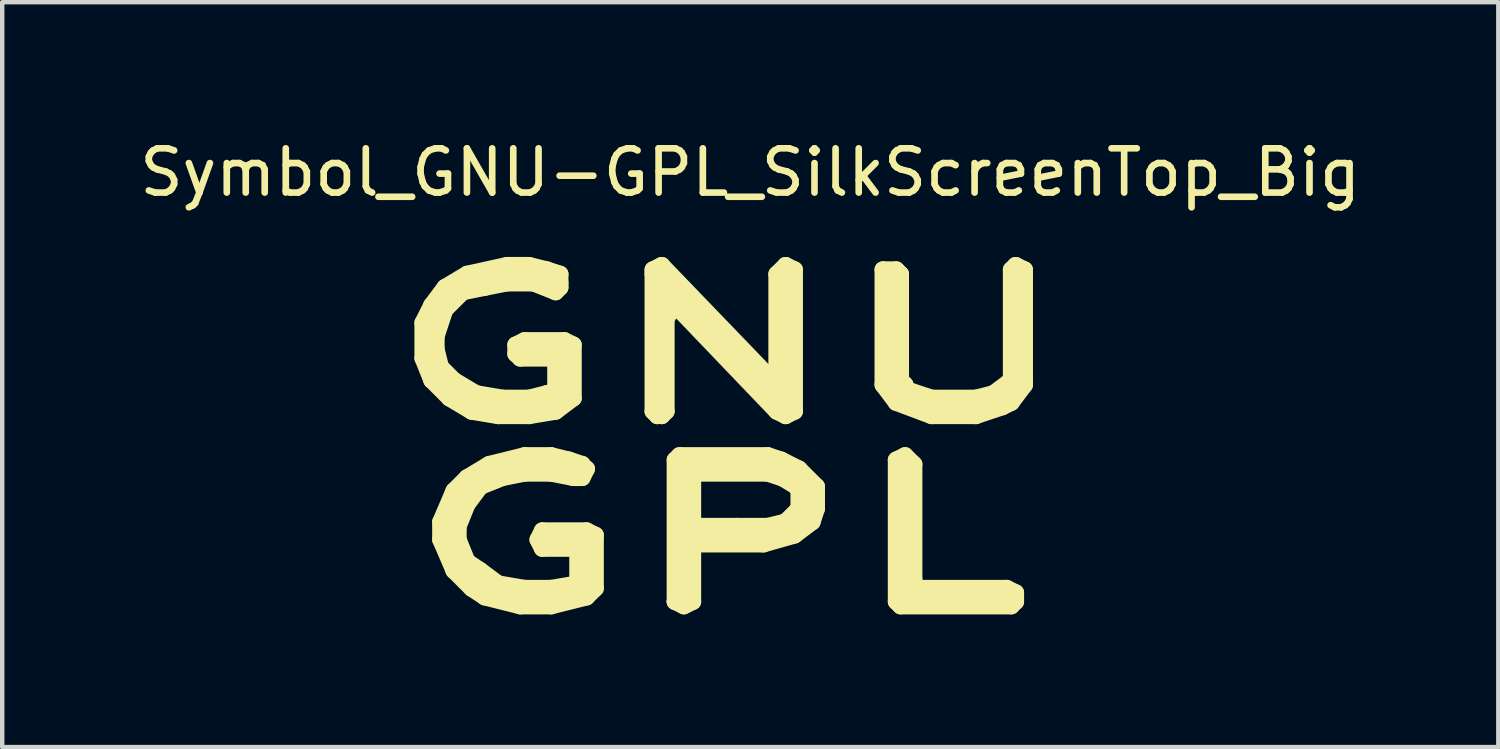
<source format=kicad_pcb>
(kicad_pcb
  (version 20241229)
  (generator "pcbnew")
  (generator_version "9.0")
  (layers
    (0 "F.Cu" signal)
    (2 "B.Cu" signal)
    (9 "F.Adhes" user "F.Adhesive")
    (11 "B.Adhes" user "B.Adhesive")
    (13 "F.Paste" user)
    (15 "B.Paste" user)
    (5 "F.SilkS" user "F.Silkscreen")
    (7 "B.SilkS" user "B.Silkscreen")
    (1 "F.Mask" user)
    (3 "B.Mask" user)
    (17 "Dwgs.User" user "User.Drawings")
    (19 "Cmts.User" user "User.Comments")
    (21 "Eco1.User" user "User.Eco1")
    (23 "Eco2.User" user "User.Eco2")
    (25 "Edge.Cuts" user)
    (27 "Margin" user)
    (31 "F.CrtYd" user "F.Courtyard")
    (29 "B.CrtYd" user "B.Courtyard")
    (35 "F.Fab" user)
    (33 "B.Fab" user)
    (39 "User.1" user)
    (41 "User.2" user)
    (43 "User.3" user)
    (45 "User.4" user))
  (footprint "Symbol_GNU-GPL_SilkScreenTop_Big"
    (layer "F.Cu")
    (at 13.41 7.648)
    (property "Reference" "Symbol_GNU-GPL_SilkScreenTop_Big" (at 0.5 -6.8 0) (layer "F.SilkS") (effects (font (size 1 1) (thickness 0.15))))
    (attr exclude_from_pos_files exclude_from_bom)
    (fp_line (start -6.901 -3.401) (end -6.901 -2.601) (stroke (width 0.381) (type solid)) (layer "F.SilkS"))
    (fp_line (start -6.901 -2.601) (end -6.701 -2.101) (stroke (width 0.381) (type solid)) (layer "F.SilkS"))
    (fp_line (start -6.701 -3.8) (end -6.901 -3.401) (stroke (width 0.381) (type solid)) (layer "F.SilkS"))
    (fp_line (start -6.701 -3.401) (end -6.599 -2.301) (stroke (width 0.381) (type solid)) (layer "F.SilkS"))
    (fp_line (start -6.701 -2.101) (end -6.299 -1.699) (stroke (width 0.381) (type solid)) (layer "F.SilkS"))
    (fp_line (start -6.599 -3.099) (end -6.401 -3.701) (stroke (width 0.381) (type solid)) (layer "F.SilkS"))
    (fp_line (start -6.599 -2.799) (end -6.599 -3.099) (stroke (width 0.381) (type solid)) (layer "F.SilkS"))
    (fp_line (start -6.599 -2.301) (end -6.2 -1.9) (stroke (width 0.381) (type solid)) (layer "F.SilkS"))
    (fp_line (start -6.5 -2.4) (end -6.599 -2.799) (stroke (width 0.381) (type solid)) (layer "F.SilkS"))
    (fp_line (start -6.5 1.1) (end -6.5 1.501) (stroke (width 0.381) (type solid)) (layer "F.SilkS"))
    (fp_line (start -6.5 1.501) (end -6.2 2.2) (stroke (width 0.381) (type solid)) (layer "F.SilkS"))
    (fp_line (start -6.401 -4.201) (end -6.701 -3.8) (stroke (width 0.381) (type solid)) (layer "F.SilkS"))
    (fp_line (start -6.401 -3.701) (end -5.999 -4.1) (stroke (width 0.381) (type solid)) (layer "F.SilkS"))
    (fp_line (start -6.299 -1.699) (end -5.799 -1.4) (stroke (width 0.381) (type solid)) (layer "F.SilkS"))
    (fp_line (start -6.2 -4.201) (end -6.701 -3.401) (stroke (width 0.381) (type solid)) (layer "F.SilkS"))
    (fp_line (start -6.2 -2.101) (end -6.5 -2.4) (stroke (width 0.381) (type solid)) (layer "F.SilkS"))
    (fp_line (start -6.2 -1.9) (end -5.199 -1.501) (stroke (width 0.381) (type solid)) (layer "F.SilkS"))
    (fp_line (start -6.2 0.399) (end -6.5 1.1) (stroke (width 0.381) (type solid)) (layer "F.SilkS"))
    (fp_line (start -6.2 1.001) (end -6.2 1.801) (stroke (width 0.381) (type solid)) (layer "F.SilkS"))
    (fp_line (start -6.2 1.801) (end -5.7 2.4) (stroke (width 0.381) (type solid)) (layer "F.SilkS"))
    (fp_line (start -6.2 2.2) (end -5.799 2.601) (stroke (width 0.381) (type solid)) (layer "F.SilkS"))
    (fp_line (start -6.101 1.199) (end -5.9 0.701) (stroke (width 0.381) (type solid)) (layer "F.SilkS"))
    (fp_line (start -6.101 1.501) (end -6.101 1.199) (stroke (width 0.381) (type solid)) (layer "F.SilkS"))
    (fp_line (start -5.999 -4.1) (end -5.499 -4.201) (stroke (width 0.381) (type solid)) (layer "F.SilkS"))
    (fp_line (start -5.9 -4.501) (end -6.401 -4.201) (stroke (width 0.381) (type solid)) (layer "F.SilkS"))
    (fp_line (start -5.9 0.099) (end -6.2 0.399) (stroke (width 0.381) (type solid)) (layer "F.SilkS"))
    (fp_line (start -5.9 0.701) (end -5.601 0.3) (stroke (width 0.381) (type solid)) (layer "F.SilkS"))
    (fp_line (start -5.9 1.999) (end -6.101 1.501) (stroke (width 0.381) (type solid)) (layer "F.SilkS"))
    (fp_line (start -5.799 -1.4) (end -5.199 -1.3) (stroke (width 0.381) (type solid)) (layer "F.SilkS"))
    (fp_line (start -5.799 2.601) (end -5.499 2.799) (stroke (width 0.381) (type solid)) (layer "F.SilkS"))
    (fp_line (start -5.7 -1.801) (end -6.2 -2.101) (stroke (width 0.381) (type solid)) (layer "F.SilkS"))
    (fp_line (start -5.7 0.201) (end -6.2 1.001) (stroke (width 0.381) (type solid)) (layer "F.SilkS"))
    (fp_line (start -5.7 2.4) (end -4.699 2.901) (stroke (width 0.381) (type solid)) (layer "F.SilkS"))
    (fp_line (start -5.601 0.3) (end -5.1 0.099) (stroke (width 0.381) (type solid)) (layer "F.SilkS"))
    (fp_line (start -5.601 2.2) (end -5.9 1.999) (stroke (width 0.381) (type solid)) (layer "F.SilkS"))
    (fp_line (start -5.499 -4.201) (end -5.001 -4.3) (stroke (width 0.381) (type solid)) (layer "F.SilkS"))
    (fp_line (start -5.499 2.799) (end -4.699 3) (stroke (width 0.381) (type solid)) (layer "F.SilkS"))
    (fp_line (start -5.4 -0.201) (end -5.9 0.099) (stroke (width 0.381) (type solid)) (layer "F.SilkS"))
    (fp_line (start -5.301 -4.501) (end -6.2 -4.201) (stroke (width 0.381) (type solid)) (layer "F.SilkS"))
    (fp_line (start -5.199 -1.501) (end -4.201 -1.6) (stroke (width 0.381) (type solid)) (layer "F.SilkS"))
    (fp_line (start -5.199 -1.3) (end -4.501 -1.3) (stroke (width 0.381) (type solid)) (layer "F.SilkS"))
    (fp_line (start -5.199 2.499) (end -5.601 2.2) (stroke (width 0.381) (type solid)) (layer "F.SilkS"))
    (fp_line (start -5.1 -1.699) (end -5.7 -1.801) (stroke (width 0.381) (type solid)) (layer "F.SilkS"))
    (fp_line (start -5.1 0.099) (end -4.6 0) (stroke (width 0.381) (type solid)) (layer "F.SilkS"))
    (fp_line (start -5.001 -4.699) (end -5.9 -4.501) (stroke (width 0.381) (type solid)) (layer "F.SilkS"))
    (fp_line (start -5.001 -4.3) (end -4.399 -4.3) (stroke (width 0.381) (type solid)) (layer "F.SilkS"))
    (fp_line (start -4.801 -2.901) (end -4.801 -2.7) (stroke (width 0.381) (type solid)) (layer "F.SilkS"))
    (fp_line (start -4.801 -2.7) (end -4.699 -2.601) (stroke (width 0.381) (type solid)) (layer "F.SilkS"))
    (fp_line (start -4.699 -2.601) (end -4 -2.601) (stroke (width 0.381) (type solid)) (layer "F.SilkS"))
    (fp_line (start -4.699 -0.099) (end -5.7 0.201) (stroke (width 0.381) (type solid)) (layer "F.SilkS"))
    (fp_line (start -4.699 2.901) (end -3.2 2.601) (stroke (width 0.381) (type solid)) (layer "F.SilkS"))
    (fp_line (start -4.699 3) (end -4 3) (stroke (width 0.381) (type solid)) (layer "F.SilkS"))
    (fp_line (start -4.6 -3) (end -4.801 -2.901) (stroke (width 0.381) (type solid)) (layer "F.SilkS"))
    (fp_line (start -4.6 -0.399) (end -5.4 -0.201) (stroke (width 0.381) (type solid)) (layer "F.SilkS"))
    (fp_line (start -4.6 0) (end -4 0) (stroke (width 0.381) (type solid)) (layer "F.SilkS"))
    (fp_line (start -4.6 2.601) (end -5.199 2.499) (stroke (width 0.381) (type solid)) (layer "F.SilkS"))
    (fp_line (start -4.501 -4.699) (end -5.001 -4.699) (stroke (width 0.381) (type solid)) (layer "F.SilkS"))
    (fp_line (start -4.501 -1.699) (end -5.1 -1.699) (stroke (width 0.381) (type solid)) (layer "F.SilkS"))
    (fp_line (start -4.501 -1.3) (end -3.899 -1.4) (stroke (width 0.381) (type solid)) (layer "F.SilkS"))
    (fp_line (start -4.399 -4.3) (end -3.899 -4.1) (stroke (width 0.381) (type solid)) (layer "F.SilkS"))
    (fp_line (start -4.3 1.501) (end -4.201 1.699) (stroke (width 0.381) (type solid)) (layer "F.SilkS"))
    (fp_line (start -4.201 -4.501) (end -5.301 -4.501) (stroke (width 0.381) (type solid)) (layer "F.SilkS"))
    (fp_line (start -4.201 -1.699) (end -4.1 -1.801) (stroke (width 0.381) (type solid)) (layer "F.SilkS"))
    (fp_line (start -4.201 -1.6) (end -3.701 -1.801) (stroke (width 0.381) (type solid)) (layer "F.SilkS"))
    (fp_line (start -4.201 1.3) (end -4.3 1.501) (stroke (width 0.381) (type solid)) (layer "F.SilkS"))
    (fp_line (start -4.201 1.699) (end -3.401 1.699) (stroke (width 0.381) (type solid)) (layer "F.SilkS"))
    (fp_line (start -4.1 -4.6) (end -4.501 -4.699) (stroke (width 0.381) (type solid)) (layer "F.SilkS"))
    (fp_line (start -4.1 -1.801) (end -4.501 -1.699) (stroke (width 0.381) (type solid)) (layer "F.SilkS"))
    (fp_line (start -4 -2.601) (end -3.899 -2.499) (stroke (width 0.381) (type solid)) (layer "F.SilkS"))
    (fp_line (start -4 -0.399) (end -4.6 -0.399) (stroke (width 0.381) (type solid)) (layer "F.SilkS"))
    (fp_line (start -4 0) (end -3.5 0.099) (stroke (width 0.381) (type solid)) (layer "F.SilkS"))
    (fp_line (start -4 2.601) (end -4.6 2.601) (stroke (width 0.381) (type solid)) (layer "F.SilkS"))
    (fp_line (start -4 3) (end -3.2 2.799) (stroke (width 0.381) (type solid)) (layer "F.SilkS"))
    (fp_line (start -3.899 -4.1) (end -3.8 -4.201) (stroke (width 0.381) (type solid)) (layer "F.SilkS"))
    (fp_line (start -3.899 -2.499) (end -3.899 -1.9) (stroke (width 0.381) (type solid)) (layer "F.SilkS"))
    (fp_line (start -3.899 -1.9) (end -4.201 -1.699) (stroke (width 0.381) (type solid)) (layer "F.SilkS"))
    (fp_line (start -3.899 -1.4) (end -3.5 -1.699) (stroke (width 0.381) (type solid)) (layer "F.SilkS"))
    (fp_line (start -3.8 -4.501) (end -4.1 -4.6) (stroke (width 0.381) (type solid)) (layer "F.SilkS"))
    (fp_line (start -3.8 -4.3) (end -4.201 -4.501) (stroke (width 0.381) (type solid)) (layer "F.SilkS"))
    (fp_line (start -3.8 -4.201) (end -3.8 -4.501) (stroke (width 0.381) (type solid)) (layer "F.SilkS"))
    (fp_line (start -3.701 -3) (end -4.6 -3) (stroke (width 0.381) (type solid)) (layer "F.SilkS"))
    (fp_line (start -3.701 -2.7) (end -4.6 -2.7) (stroke (width 0.381) (type solid)) (layer "F.SilkS"))
    (fp_line (start -3.701 -1.801) (end -3.701 -2.7) (stroke (width 0.381) (type solid)) (layer "F.SilkS"))
    (fp_line (start -3.599 -0.3) (end -4 -0.399) (stroke (width 0.381) (type solid)) (layer "F.SilkS"))
    (fp_line (start -3.5 -2.901) (end -3.701 -3) (stroke (width 0.381) (type solid)) (layer "F.SilkS"))
    (fp_line (start -3.5 -1.699) (end -3.5 -2.901) (stroke (width 0.381) (type solid)) (layer "F.SilkS"))
    (fp_line (start -3.5 0.099) (end -3.299 0.099) (stroke (width 0.381) (type solid)) (layer "F.SilkS"))
    (fp_line (start -3.401 1.699) (end -3.401 2.499) (stroke (width 0.381) (type solid)) (layer "F.SilkS"))
    (fp_line (start -3.401 2.499) (end -4 2.601) (stroke (width 0.381) (type solid)) (layer "F.SilkS"))
    (fp_line (start -3.299 -0.201) (end -3.599 -0.3) (stroke (width 0.381) (type solid)) (layer "F.SilkS"))
    (fp_line (start -3.299 -0.099) (end -3.299 -0.201) (stroke (width 0.381) (type solid)) (layer "F.SilkS"))
    (fp_line (start -3.299 0.099) (end -3.2 -0.099) (stroke (width 0.381) (type solid)) (layer "F.SilkS"))
    (fp_line (start -3.299 1.6) (end -4.201 1.501) (stroke (width 0.381) (type solid)) (layer "F.SilkS"))
    (fp_line (start -3.2 -0.099) (end -4.699 -0.099) (stroke (width 0.381) (type solid)) (layer "F.SilkS"))
    (fp_line (start -3.2 1.3) (end -4.201 1.3) (stroke (width 0.381) (type solid)) (layer "F.SilkS"))
    (fp_line (start -3.2 2.601) (end -3.299 1.6) (stroke (width 0.381) (type solid)) (layer "F.SilkS"))
    (fp_line (start -3.2 2.799) (end -3 2.601) (stroke (width 0.381) (type solid)) (layer "F.SilkS"))
    (fp_line (start -3 1.4) (end -3.2 1.3) (stroke (width 0.381) (type solid)) (layer "F.SilkS"))
    (fp_line (start -3 2.601) (end -3 1.4) (stroke (width 0.381) (type solid)) (layer "F.SilkS"))
    (fp_line (start -1.699 -4.6) (end -1.501 -4.699) (stroke (width 0.381) (type solid)) (layer "F.SilkS"))
    (fp_line (start -1.699 -4.501) (end -1.699 -4.6) (stroke (width 0.381) (type solid)) (layer "F.SilkS"))
    (fp_line (start -1.699 -1.4) (end -1.699 -4.501) (stroke (width 0.381) (type solid)) (layer "F.SilkS"))
    (fp_line (start -1.6 -1.4) (end -1.6 -1.3) (stroke (width 0.381) (type solid)) (layer "F.SilkS"))
    (fp_line (start -1.6 -1.3) (end -1.699 -1.4) (stroke (width 0.381) (type solid)) (layer "F.SilkS"))
    (fp_line (start -1.501 -4.699) (end 1.001 -2.101) (stroke (width 0.381) (type solid)) (layer "F.SilkS"))
    (fp_line (start -1.501 -4.3) (end 1.3 -1.6) (stroke (width 0.381) (type solid)) (layer "F.SilkS"))
    (fp_line (start -1.501 -1.3) (end -1.501 -4.3) (stroke (width 0.381) (type solid)) (layer "F.SilkS"))
    (fp_line (start -1.4 -3.5) (end -1.4 -1.4) (stroke (width 0.381) (type solid)) (layer "F.SilkS"))
    (fp_line (start -1.4 -1.4) (end -1.501 -1.3) (stroke (width 0.381) (type solid)) (layer "F.SilkS"))
    (fp_line (start -1.199 -3.8) (end -1.4 -3.5) (stroke (width 0.381) (type solid)) (layer "F.SilkS"))
    (fp_line (start -1.199 -0.3) (end -1.1 -0.399) (stroke (width 0.381) (type solid)) (layer "F.SilkS"))
    (fp_line (start -1.199 2.901) (end -1.199 -0.3) (stroke (width 0.381) (type solid)) (layer "F.SilkS"))
    (fp_line (start -1.199 2.901) (end -1.001 2.7) (stroke (width 0.381) (type solid)) (layer "F.SilkS"))
    (fp_line (start -1.1 -0.399) (end 0.899 -0.399) (stroke (width 0.381) (type solid)) (layer "F.SilkS"))
    (fp_line (start -1.001 -0.099) (end 0.899 -0.099) (stroke (width 0.381) (type solid)) (layer "F.SilkS"))
    (fp_line (start -1.001 2.7) (end -1.001 -0.099) (stroke (width 0.381) (type solid)) (layer "F.SilkS"))
    (fp_line (start -1.001 3) (end -1.199 2.901) (stroke (width 0.381) (type solid)) (layer "F.SilkS"))
    (fp_line (start -0.899 1.199) (end -0.8 1.199) (stroke (width 0.381) (type solid)) (layer "F.SilkS"))
    (fp_line (start -0.899 1.3) (end 0.899 1.4) (stroke (width 0.381) (type solid)) (layer "F.SilkS"))
    (fp_line (start -0.899 1.699) (end -0.8 1.699) (stroke (width 0.381) (type solid)) (layer "F.SilkS"))
    (fp_line (start -0.8 0) (end 0.899 0) (stroke (width 0.381) (type solid)) (layer "F.SilkS"))
    (fp_line (start -0.8 1.199) (end -0.8 0) (stroke (width 0.381) (type solid)) (layer "F.SilkS"))
    (fp_line (start -0.8 1.699) (end -0.8 2.901) (stroke (width 0.381) (type solid)) (layer "F.SilkS"))
    (fp_line (start -0.8 2.901) (end -1.001 3) (stroke (width 0.381) (type solid)) (layer "F.SilkS"))
    (fp_line (start -0.701 1.6) (end -0.899 1.699) (stroke (width 0.381) (type solid)) (layer "F.SilkS"))
    (fp_line (start 0.201 1.199) (end -0.701 1.199) (stroke (width 0.381) (type solid)) (layer "F.SilkS"))
    (fp_line (start 0.8 1.6) (end -0.701 1.6) (stroke (width 0.381) (type solid)) (layer "F.SilkS"))
    (fp_line (start 0.899 -0.399) (end 1.199 -0.3) (stroke (width 0.381) (type solid)) (layer "F.SilkS"))
    (fp_line (start 0.899 -0.099) (end 1.699 0.399) (stroke (width 0.381) (type solid)) (layer "F.SilkS"))
    (fp_line (start 0.899 0) (end 1.501 0.201) (stroke (width 0.381) (type solid)) (layer "F.SilkS"))
    (fp_line (start 0.899 1.199) (end 0.201 1.199) (stroke (width 0.381) (type solid)) (layer "F.SilkS"))
    (fp_line (start 0.899 1.4) (end -0.899 1.199) (stroke (width 0.381) (type solid)) (layer "F.SilkS"))
    (fp_line (start 1.001 -2.101) (end 1.1 -2.4) (stroke (width 0.381) (type solid)) (layer "F.SilkS"))
    (fp_line (start 1.1 -4.501) (end 1.3 -4.699) (stroke (width 0.381) (type solid)) (layer "F.SilkS"))
    (fp_line (start 1.1 -2.4) (end 1.1 -4.501) (stroke (width 0.381) (type solid)) (layer "F.SilkS"))
    (fp_line (start 1.1 -1.4) (end -1.199 -3.8) (stroke (width 0.381) (type solid)) (layer "F.SilkS"))
    (fp_line (start 1.1 1.199) (end -0.899 1.3) (stroke (width 0.381) (type solid)) (layer "F.SilkS"))
    (fp_line (start 1.199 -0.3) (end 1.6 -0.099) (stroke (width 0.381) (type solid)) (layer "F.SilkS"))
    (fp_line (start 1.3 -4.699) (end 1.501 -4.6) (stroke (width 0.381) (type solid)) (layer "F.SilkS"))
    (fp_line (start 1.3 -1.6) (end 1.3 -4.399) (stroke (width 0.381) (type solid)) (layer "F.SilkS"))
    (fp_line (start 1.3 -1.3) (end 1.1 -1.4) (stroke (width 0.381) (type solid)) (layer "F.SilkS"))
    (fp_line (start 1.3 1.1) (end 0.899 1.199) (stroke (width 0.381) (type solid)) (layer "F.SilkS"))
    (fp_line (start 1.501 -4.6) (end 1.501 -1.4) (stroke (width 0.381) (type solid)) (layer "F.SilkS"))
    (fp_line (start 1.501 -1.4) (end 1.3 -1.3) (stroke (width 0.381) (type solid)) (layer "F.SilkS"))
    (fp_line (start 1.501 0.201) (end 1.6 0.399) (stroke (width 0.381) (type solid)) (layer "F.SilkS"))
    (fp_line (start 1.501 1.4) (end 0.8 1.6) (stroke (width 0.381) (type solid)) (layer "F.SilkS"))
    (fp_line (start 1.6 -0.099) (end 1.999 0.3) (stroke (width 0.381) (type solid)) (layer "F.SilkS"))
    (fp_line (start 1.6 0.399) (end 1.6 0.8) (stroke (width 0.381) (type solid)) (layer "F.SilkS"))
    (fp_line (start 1.6 0.8) (end 1.3 1.1) (stroke (width 0.381) (type solid)) (layer "F.SilkS"))
    (fp_line (start 1.699 0.399) (end 1.699 0.899) (stroke (width 0.381) (type solid)) (layer "F.SilkS"))
    (fp_line (start 1.699 0.899) (end 1.1 1.199) (stroke (width 0.381) (type solid)) (layer "F.SilkS"))
    (fp_line (start 1.9 1.1) (end 1.501 1.4) (stroke (width 0.381) (type solid)) (layer "F.SilkS"))
    (fp_line (start 1.999 0.3) (end 1.999 0.8) (stroke (width 0.381) (type solid)) (layer "F.SilkS"))
    (fp_line (start 1.999 0.8) (end 1.9 1.1) (stroke (width 0.381) (type solid)) (layer "F.SilkS"))
    (fp_line (start 3.5 -4.6) (end 3.5 -1.999) (stroke (width 0.381) (type solid)) (layer "F.SilkS"))
    (fp_line (start 3.5 -1.999) (end 3.8 -1.6) (stroke (width 0.381) (type solid)) (layer "F.SilkS"))
    (fp_line (start 3.701 -4.501) (end 3.701 -1.9) (stroke (width 0.381) (type solid)) (layer "F.SilkS"))
    (fp_line (start 3.701 -1.9) (end 4.6 -1.501) (stroke (width 0.381) (type solid)) (layer "F.SilkS"))
    (fp_line (start 3.8 -4.6) (end 3.5 -4.6) (stroke (width 0.381) (type solid)) (layer "F.SilkS"))
    (fp_line (start 3.8 -2.2) (end 3.899 -2.2) (stroke (width 0.381) (type solid)) (layer "F.SilkS"))
    (fp_line (start 3.8 -1.6) (end 4.6 -1.3) (stroke (width 0.381) (type solid)) (layer "F.SilkS"))
    (fp_line (start 3.8 -0.3) (end 3.8 2.901) (stroke (width 0.381) (type solid)) (layer "F.SilkS"))
    (fp_line (start 3.8 2.901) (end 3.899 3) (stroke (width 0.381) (type solid)) (layer "F.SilkS"))
    (fp_line (start 3.899 -4.501) (end 3.8 -4.6) (stroke (width 0.381) (type solid)) (layer "F.SilkS"))
    (fp_line (start 3.899 -2.2) (end 3.899 -4.501) (stroke (width 0.381) (type solid)) (layer "F.SilkS"))
    (fp_line (start 3.899 3) (end 6.401 3) (stroke (width 0.381) (type solid)) (layer "F.SilkS"))
    (fp_line (start 4 -1.999) (end 3.8 -2.2) (stroke (width 0.381) (type solid)) (layer "F.SilkS"))
    (fp_line (start 4 -1.9) (end 4 -1.999) (stroke (width 0.381) (type solid)) (layer "F.SilkS"))
    (fp_line (start 4 -0.399) (end 3.8 -0.3) (stroke (width 0.381) (type solid)) (layer "F.SilkS"))
    (fp_line (start 4 -0.201) (end 4 2.7) (stroke (width 0.381) (type solid)) (layer "F.SilkS"))
    (fp_line (start 4 2.7) (end 6.401 2.799) (stroke (width 0.381) (type solid)) (layer "F.SilkS"))
    (fp_line (start 4.1 2.601) (end 4.201 2.4) (stroke (width 0.381) (type solid)) (layer "F.SilkS"))
    (fp_line (start 4.201 -0.201) (end 4 -0.399) (stroke (width 0.381) (type solid)) (layer "F.SilkS"))
    (fp_line (start 4.201 2.4) (end 4.201 -0.201) (stroke (width 0.381) (type solid)) (layer "F.SilkS"))
    (fp_line (start 4.6 -1.699) (end 4 -1.9) (stroke (width 0.381) (type solid)) (layer "F.SilkS"))
    (fp_line (start 4.6 -1.501) (end 5.601 -1.501) (stroke (width 0.381) (type solid)) (layer "F.SilkS"))
    (fp_line (start 4.6 -1.3) (end 5.601 -1.3) (stroke (width 0.381) (type solid)) (layer "F.SilkS"))
    (fp_line (start 5.601 -1.699) (end 4.6 -1.699) (stroke (width 0.381) (type solid)) (layer "F.SilkS"))
    (fp_line (start 5.601 -1.501) (end 6.299 -1.801) (stroke (width 0.381) (type solid)) (layer "F.SilkS"))
    (fp_line (start 5.601 -1.3) (end 6.2 -1.501) (stroke (width 0.381) (type solid)) (layer "F.SilkS"))
    (fp_line (start 5.999 -1.801) (end 5.601 -1.699) (stroke (width 0.381) (type solid)) (layer "F.SilkS"))
    (fp_line (start 6.2 -1.501) (end 6.401 -1.6) (stroke (width 0.381) (type solid)) (layer "F.SilkS"))
    (fp_line (start 6.299 -1.801) (end 6.5 -2.301) (stroke (width 0.381) (type solid)) (layer "F.SilkS"))
    (fp_line (start 6.299 2.601) (end 4.1 2.601) (stroke (width 0.381) (type solid)) (layer "F.SilkS"))
    (fp_line (start 6.401 -4.6) (end 6.401 -2.101) (stroke (width 0.381) (type solid)) (layer "F.SilkS"))
    (fp_line (start 6.401 -2.101) (end 5.999 -1.801) (stroke (width 0.381) (type solid)) (layer "F.SilkS"))
    (fp_line (start 6.401 -1.6) (end 6.701 -1.999) (stroke (width 0.381) (type solid)) (layer "F.SilkS"))
    (fp_line (start 6.401 3) (end 6.5 2.901) (stroke (width 0.381) (type solid)) (layer "F.SilkS"))
    (fp_line (start 6.5 -4.699) (end 6.401 -4.6) (stroke (width 0.381) (type solid)) (layer "F.SilkS"))
    (fp_line (start 6.5 -2.301) (end 6.5 -4.6) (stroke (width 0.381) (type solid)) (layer "F.SilkS"))
    (fp_line (start 6.5 2.7) (end 6.299 2.601) (stroke (width 0.381) (type solid)) (layer "F.SilkS"))
    (fp_line (start 6.5 2.901) (end 6.5 2.7) (stroke (width 0.381) (type solid)) (layer "F.SilkS"))
    (fp_line (start 6.701 -4.6) (end 6.5 -4.699) (stroke (width 0.381) (type solid)) (layer "F.SilkS"))
    (fp_line (start 6.701 -1.999) (end 6.701 -4.6) (stroke (width 0.381) (type solid)) (layer "F.SilkS")))
  (gr_rect
    (start -3 -3)
    (end 30.821 13.838)
    (stroke (width 0.1) (type default))
    (fill no)
    (layer "Edge.Cuts")))
</source>
